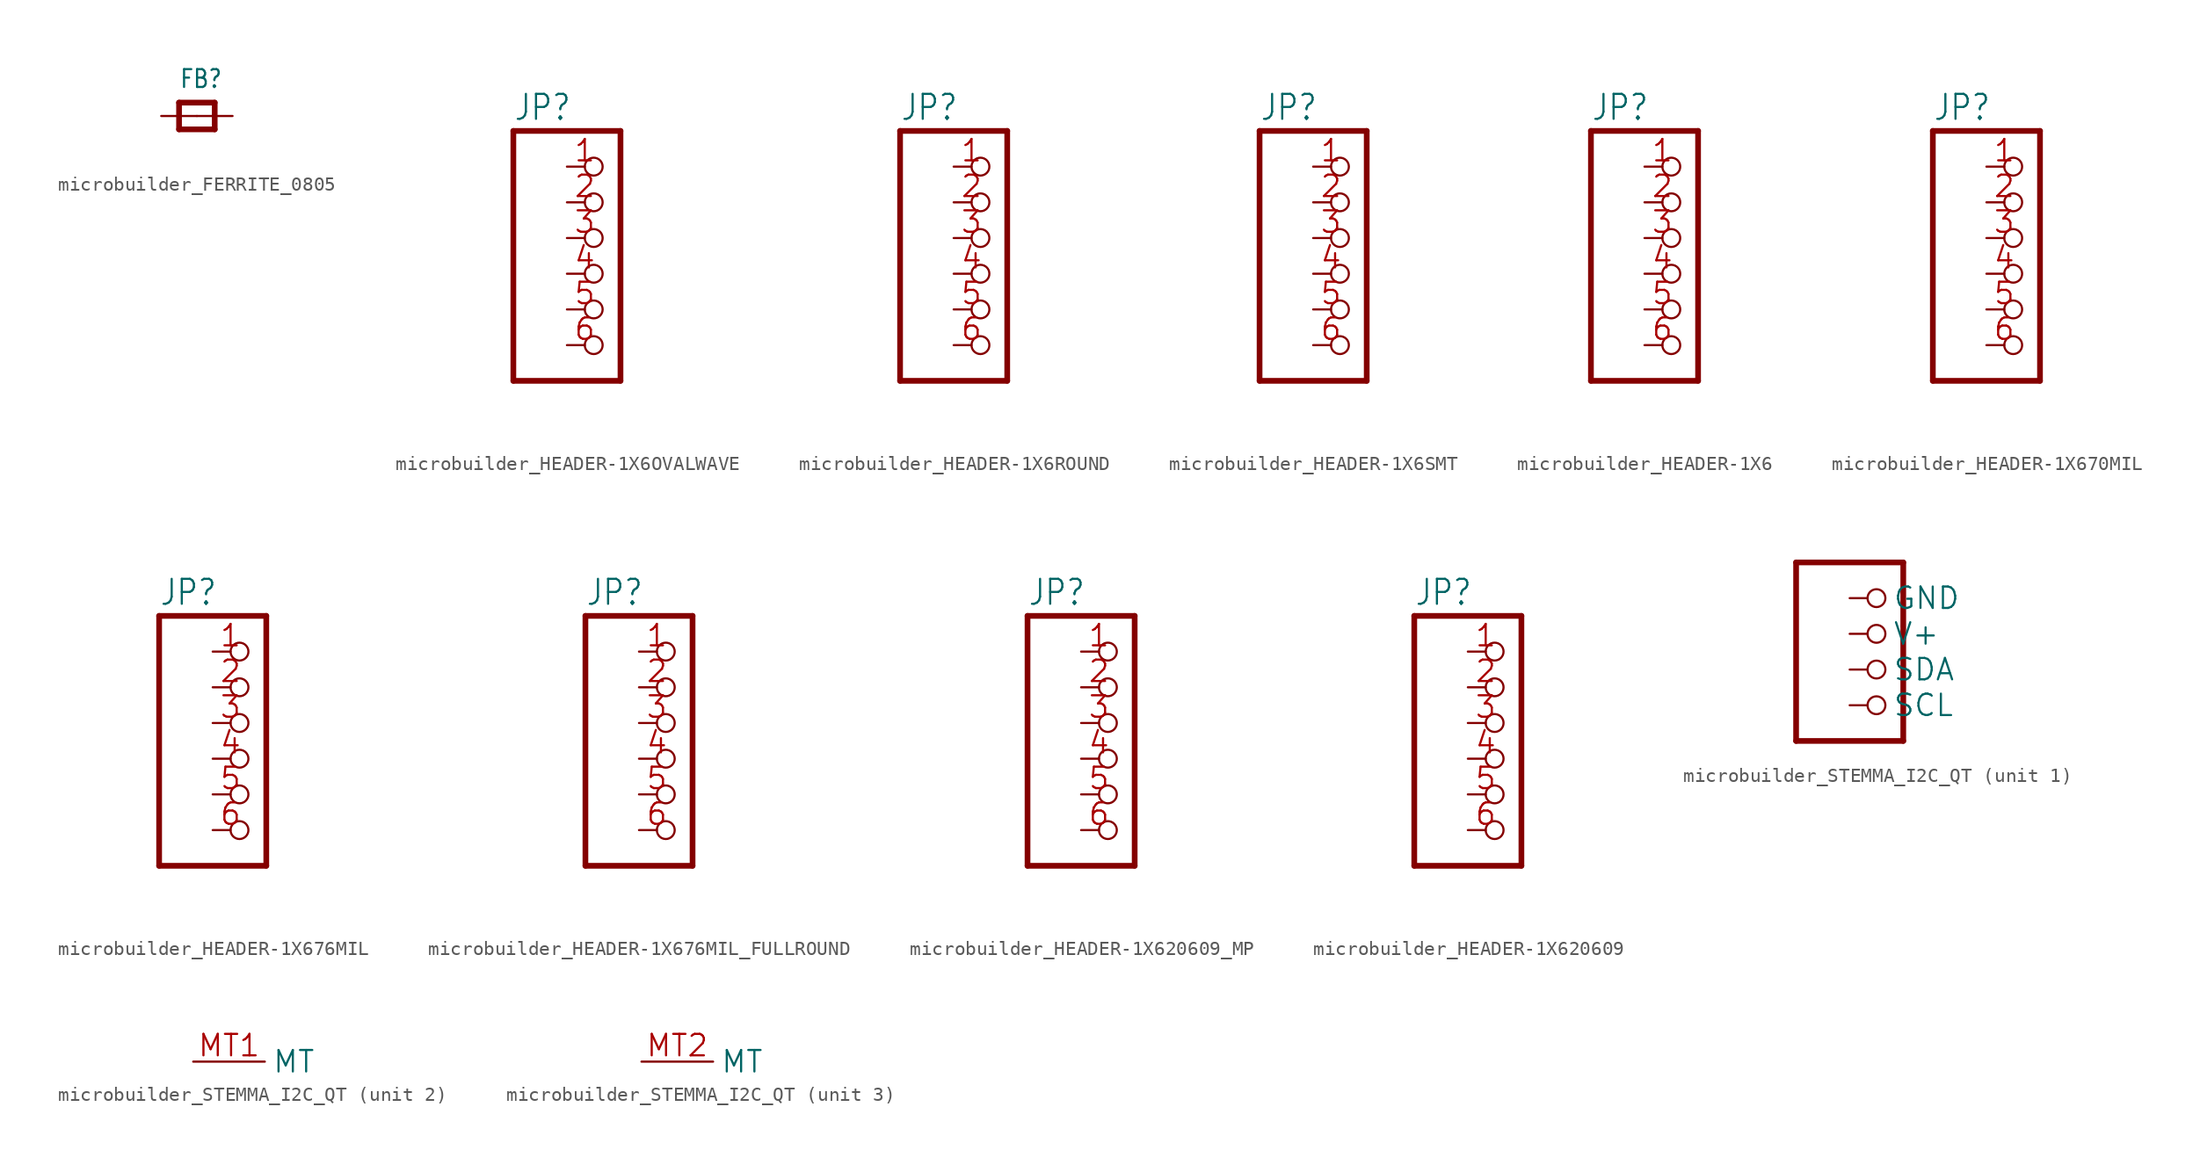
<source format=kicad_sym>
(kicad_symbol_lib
  (version 20241209)
  (generator "kicad_symbol_editor")
  (generator_version "9.0")
  (symbol "microbuilder_FERRITE_0805"
    (property "Reference" "FB"
      (at -1.27 1.905 0)
      (effects (font (size 1.27 1.079)) (justify left bottom)))
    (property "Value" ""
      (at -1.27 -3.175 0)
      (effects (font (size 1.27 1.079)) (justify left bottom)))
    (property "ki_locked" ""
      (at 0 0 0)
      (effects (font (size 1.27 1.27))))
    (symbol "microbuilder_FERRITE_0805_1_0"
      (polyline (pts (xy -1.27 0.953) (xy 1.27 0.953)) (stroke (width 0.406) (type solid)) (fill (type none)))
      (polyline (pts (xy -1.27 -0.953) (xy -1.27 0.953)) (stroke (width 0.406) (type solid)) (fill (type none)))
      (polyline (pts (xy 1.27 0.953) (xy 1.27 -0.953)) (stroke (width 0.406) (type solid)) (fill (type none)))
      (polyline (pts (xy 1.27 -0.953) (xy -1.27 -0.953)) (stroke (width 0.406) (type solid)) (fill (type none)))
      (pin passive line (at -2.54 0 0) (length 2.54) (name "P$1" (effects (font (size 0 0)))) (number "1" (effects (font (size 0 0)))))
      (pin passive line (at 2.54 0 180) (length 2.54) (name "P$2" (effects (font (size 0 0)))) (number "2" (effects (font (size 0 0)))))))
  (symbol "microbuilder_HEADER-1X6OVALWAVE"
    (property "Reference" "JP"
      (at -6.35 10.795 0)
      (effects (font (size 1.778 1.511)) (justify left bottom)))
    (property "Value" ""
      (at -6.35 -10.16 0)
      (effects (font (size 1.778 1.511)) (justify left bottom)))
    (property "ki_locked" ""
      (at 0 0 0)
      (effects (font (size 1.27 1.27))))
    (symbol "microbuilder_HEADER-1X6OVALWAVE_1_0"
      (polyline (pts (xy -6.35 10.16) (xy -6.35 -7.62)) (stroke (width 0.406) (type solid)) (fill (type none)))
      (polyline (pts (xy -6.35 -7.62) (xy 1.27 -7.62)) (stroke (width 0.406) (type solid)) (fill (type none)))
      (polyline (pts (xy 1.27 10.16) (xy -6.35 10.16)) (stroke (width 0.406) (type solid)) (fill (type none)))
      (polyline (pts (xy 1.27 -7.62) (xy 1.27 10.16)) (stroke (width 0.406) (type solid)) (fill (type none)))
      (pin passive inverted (at -2.54 7.62 0) (length 2.54) (name "1" (effects (font (size 0 0)))) (number "1" (effects (font (size 1.524 1.524)))))
      (pin passive inverted (at -2.54 5.08 0) (length 2.54) (name "2" (effects (font (size 0 0)))) (number "2" (effects (font (size 1.524 1.524)))))
      (pin passive inverted (at -2.54 2.54 0) (length 2.54) (name "3" (effects (font (size 0 0)))) (number "3" (effects (font (size 1.524 1.524)))))
      (pin passive inverted (at -2.54 0 0) (length 2.54) (name "4" (effects (font (size 0 0)))) (number "4" (effects (font (size 1.524 1.524)))))
      (pin passive inverted (at -2.54 -2.54 0) (length 2.54) (name "5" (effects (font (size 0 0)))) (number "5" (effects (font (size 1.524 1.524)))))
      (pin passive inverted (at -2.54 -5.08 0) (length 2.54) (name "6" (effects (font (size 0 0)))) (number "6" (effects (font (size 1.524 1.524)))))))
  (symbol "microbuilder_HEADER-1X6ROUND"
    (property "Reference" "JP"
      (at -6.35 10.795 0)
      (effects (font (size 1.778 1.511)) (justify left bottom)))
    (property "Value" ""
      (at -6.35 -10.16 0)
      (effects (font (size 1.778 1.511)) (justify left bottom)))
    (property "ki_locked" ""
      (at 0 0 0)
      (effects (font (size 1.27 1.27))))
    (symbol "microbuilder_HEADER-1X6ROUND_1_0"
      (polyline (pts (xy -6.35 10.16) (xy -6.35 -7.62)) (stroke (width 0.406) (type solid)) (fill (type none)))
      (polyline (pts (xy -6.35 -7.62) (xy 1.27 -7.62)) (stroke (width 0.406) (type solid)) (fill (type none)))
      (polyline (pts (xy 1.27 10.16) (xy -6.35 10.16)) (stroke (width 0.406) (type solid)) (fill (type none)))
      (polyline (pts (xy 1.27 -7.62) (xy 1.27 10.16)) (stroke (width 0.406) (type solid)) (fill (type none)))
      (pin passive inverted (at -2.54 7.62 0) (length 2.54) (name "1" (effects (font (size 0 0)))) (number "1" (effects (font (size 1.524 1.524)))))
      (pin passive inverted (at -2.54 5.08 0) (length 2.54) (name "2" (effects (font (size 0 0)))) (number "2" (effects (font (size 1.524 1.524)))))
      (pin passive inverted (at -2.54 2.54 0) (length 2.54) (name "3" (effects (font (size 0 0)))) (number "3" (effects (font (size 1.524 1.524)))))
      (pin passive inverted (at -2.54 0 0) (length 2.54) (name "4" (effects (font (size 0 0)))) (number "4" (effects (font (size 1.524 1.524)))))
      (pin passive inverted (at -2.54 -2.54 0) (length 2.54) (name "5" (effects (font (size 0 0)))) (number "5" (effects (font (size 1.524 1.524)))))
      (pin passive inverted (at -2.54 -5.08 0) (length 2.54) (name "6" (effects (font (size 0 0)))) (number "6" (effects (font (size 1.524 1.524)))))))
  (symbol "microbuilder_HEADER-1X6SMT"
    (property "Reference" "JP"
      (at -6.35 10.795 0)
      (effects (font (size 1.778 1.511)) (justify left bottom)))
    (property "Value" ""
      (at -6.35 -10.16 0)
      (effects (font (size 1.778 1.511)) (justify left bottom)))
    (property "ki_locked" ""
      (at 0 0 0)
      (effects (font (size 1.27 1.27))))
    (symbol "microbuilder_HEADER-1X6SMT_1_0"
      (polyline (pts (xy -6.35 10.16) (xy -6.35 -7.62)) (stroke (width 0.406) (type solid)) (fill (type none)))
      (polyline (pts (xy -6.35 -7.62) (xy 1.27 -7.62)) (stroke (width 0.406) (type solid)) (fill (type none)))
      (polyline (pts (xy 1.27 10.16) (xy -6.35 10.16)) (stroke (width 0.406) (type solid)) (fill (type none)))
      (polyline (pts (xy 1.27 -7.62) (xy 1.27 10.16)) (stroke (width 0.406) (type solid)) (fill (type none)))
      (pin passive inverted (at -2.54 7.62 0) (length 2.54) (name "1" (effects (font (size 0 0)))) (number "1" (effects (font (size 1.524 1.524)))))
      (pin passive inverted (at -2.54 5.08 0) (length 2.54) (name "2" (effects (font (size 0 0)))) (number "2" (effects (font (size 1.524 1.524)))))
      (pin passive inverted (at -2.54 2.54 0) (length 2.54) (name "3" (effects (font (size 0 0)))) (number "3" (effects (font (size 1.524 1.524)))))
      (pin passive inverted (at -2.54 0 0) (length 2.54) (name "4" (effects (font (size 0 0)))) (number "4" (effects (font (size 1.524 1.524)))))
      (pin passive inverted (at -2.54 -2.54 0) (length 2.54) (name "5" (effects (font (size 0 0)))) (number "5" (effects (font (size 1.524 1.524)))))
      (pin passive inverted (at -2.54 -5.08 0) (length 2.54) (name "6" (effects (font (size 0 0)))) (number "6" (effects (font (size 1.524 1.524)))))))
  (symbol "microbuilder_HEADER-1X6"
    (property "Reference" "JP"
      (at -6.35 10.795 0)
      (effects (font (size 1.778 1.511)) (justify left bottom)))
    (property "Value" ""
      (at -6.35 -10.16 0)
      (effects (font (size 1.778 1.511)) (justify left bottom)))
    (property "ki_locked" ""
      (at 0 0 0)
      (effects (font (size 1.27 1.27))))
    (symbol "microbuilder_HEADER-1X6_1_0"
      (polyline (pts (xy -6.35 10.16) (xy -6.35 -7.62)) (stroke (width 0.406) (type solid)) (fill (type none)))
      (polyline (pts (xy -6.35 -7.62) (xy 1.27 -7.62)) (stroke (width 0.406) (type solid)) (fill (type none)))
      (polyline (pts (xy 1.27 10.16) (xy -6.35 10.16)) (stroke (width 0.406) (type solid)) (fill (type none)))
      (polyline (pts (xy 1.27 -7.62) (xy 1.27 10.16)) (stroke (width 0.406) (type solid)) (fill (type none)))
      (pin passive inverted (at -2.54 7.62 0) (length 2.54) (name "1" (effects (font (size 0 0)))) (number "1" (effects (font (size 1.524 1.524)))))
      (pin passive inverted (at -2.54 5.08 0) (length 2.54) (name "2" (effects (font (size 0 0)))) (number "2" (effects (font (size 1.524 1.524)))))
      (pin passive inverted (at -2.54 2.54 0) (length 2.54) (name "3" (effects (font (size 0 0)))) (number "3" (effects (font (size 1.524 1.524)))))
      (pin passive inverted (at -2.54 0 0) (length 2.54) (name "4" (effects (font (size 0 0)))) (number "4" (effects (font (size 1.524 1.524)))))
      (pin passive inverted (at -2.54 -2.54 0) (length 2.54) (name "5" (effects (font (size 0 0)))) (number "5" (effects (font (size 1.524 1.524)))))
      (pin passive inverted (at -2.54 -5.08 0) (length 2.54) (name "6" (effects (font (size 0 0)))) (number "6" (effects (font (size 1.524 1.524)))))))
  (symbol "microbuilder_HEADER-1X670MIL"
    (property "Reference" "JP"
      (at -6.35 10.795 0)
      (effects (font (size 1.778 1.511)) (justify left bottom)))
    (property "Value" ""
      (at -6.35 -10.16 0)
      (effects (font (size 1.778 1.511)) (justify left bottom)))
    (property "ki_locked" ""
      (at 0 0 0)
      (effects (font (size 1.27 1.27))))
    (symbol "microbuilder_HEADER-1X670MIL_1_0"
      (polyline (pts (xy -6.35 10.16) (xy -6.35 -7.62)) (stroke (width 0.406) (type solid)) (fill (type none)))
      (polyline (pts (xy -6.35 -7.62) (xy 1.27 -7.62)) (stroke (width 0.406) (type solid)) (fill (type none)))
      (polyline (pts (xy 1.27 10.16) (xy -6.35 10.16)) (stroke (width 0.406) (type solid)) (fill (type none)))
      (polyline (pts (xy 1.27 -7.62) (xy 1.27 10.16)) (stroke (width 0.406) (type solid)) (fill (type none)))
      (pin passive inverted (at -2.54 7.62 0) (length 2.54) (name "1" (effects (font (size 0 0)))) (number "1" (effects (font (size 1.524 1.524)))))
      (pin passive inverted (at -2.54 5.08 0) (length 2.54) (name "2" (effects (font (size 0 0)))) (number "2" (effects (font (size 1.524 1.524)))))
      (pin passive inverted (at -2.54 2.54 0) (length 2.54) (name "3" (effects (font (size 0 0)))) (number "3" (effects (font (size 1.524 1.524)))))
      (pin passive inverted (at -2.54 0 0) (length 2.54) (name "4" (effects (font (size 0 0)))) (number "4" (effects (font (size 1.524 1.524)))))
      (pin passive inverted (at -2.54 -2.54 0) (length 2.54) (name "5" (effects (font (size 0 0)))) (number "5" (effects (font (size 1.524 1.524)))))
      (pin passive inverted (at -2.54 -5.08 0) (length 2.54) (name "6" (effects (font (size 0 0)))) (number "6" (effects (font (size 1.524 1.524)))))))
  (symbol "microbuilder_HEADER-1X676MIL"
    (property "Reference" "JP"
      (at -6.35 10.795 0)
      (effects (font (size 1.778 1.511)) (justify left bottom)))
    (property "Value" ""
      (at -6.35 -10.16 0)
      (effects (font (size 1.778 1.511)) (justify left bottom)))
    (property "ki_locked" ""
      (at 0 0 0)
      (effects (font (size 1.27 1.27))))
    (symbol "microbuilder_HEADER-1X676MIL_1_0"
      (polyline (pts (xy -6.35 10.16) (xy -6.35 -7.62)) (stroke (width 0.406) (type solid)) (fill (type none)))
      (polyline (pts (xy -6.35 -7.62) (xy 1.27 -7.62)) (stroke (width 0.406) (type solid)) (fill (type none)))
      (polyline (pts (xy 1.27 10.16) (xy -6.35 10.16)) (stroke (width 0.406) (type solid)) (fill (type none)))
      (polyline (pts (xy 1.27 -7.62) (xy 1.27 10.16)) (stroke (width 0.406) (type solid)) (fill (type none)))
      (pin passive inverted (at -2.54 7.62 0) (length 2.54) (name "1" (effects (font (size 0 0)))) (number "1" (effects (font (size 1.524 1.524)))))
      (pin passive inverted (at -2.54 5.08 0) (length 2.54) (name "2" (effects (font (size 0 0)))) (number "2" (effects (font (size 1.524 1.524)))))
      (pin passive inverted (at -2.54 2.54 0) (length 2.54) (name "3" (effects (font (size 0 0)))) (number "3" (effects (font (size 1.524 1.524)))))
      (pin passive inverted (at -2.54 0 0) (length 2.54) (name "4" (effects (font (size 0 0)))) (number "4" (effects (font (size 1.524 1.524)))))
      (pin passive inverted (at -2.54 -2.54 0) (length 2.54) (name "5" (effects (font (size 0 0)))) (number "5" (effects (font (size 1.524 1.524)))))
      (pin passive inverted (at -2.54 -5.08 0) (length 2.54) (name "6" (effects (font (size 0 0)))) (number "6" (effects (font (size 1.524 1.524)))))))
  (symbol "microbuilder_HEADER-1X676MIL_FULLROUND"
    (property "Reference" "JP"
      (at -6.35 10.795 0)
      (effects (font (size 1.778 1.511)) (justify left bottom)))
    (property "Value" ""
      (at -6.35 -10.16 0)
      (effects (font (size 1.778 1.511)) (justify left bottom)))
    (property "ki_locked" ""
      (at 0 0 0)
      (effects (font (size 1.27 1.27))))
    (symbol "microbuilder_HEADER-1X676MIL_FULLROUND_1_0"
      (polyline (pts (xy -6.35 10.16) (xy -6.35 -7.62)) (stroke (width 0.406) (type solid)) (fill (type none)))
      (polyline (pts (xy -6.35 -7.62) (xy 1.27 -7.62)) (stroke (width 0.406) (type solid)) (fill (type none)))
      (polyline (pts (xy 1.27 10.16) (xy -6.35 10.16)) (stroke (width 0.406) (type solid)) (fill (type none)))
      (polyline (pts (xy 1.27 -7.62) (xy 1.27 10.16)) (stroke (width 0.406) (type solid)) (fill (type none)))
      (pin passive inverted (at -2.54 7.62 0) (length 2.54) (name "1" (effects (font (size 0 0)))) (number "1" (effects (font (size 1.524 1.524)))))
      (pin passive inverted (at -2.54 5.08 0) (length 2.54) (name "2" (effects (font (size 0 0)))) (number "2" (effects (font (size 1.524 1.524)))))
      (pin passive inverted (at -2.54 2.54 0) (length 2.54) (name "3" (effects (font (size 0 0)))) (number "3" (effects (font (size 1.524 1.524)))))
      (pin passive inverted (at -2.54 0 0) (length 2.54) (name "4" (effects (font (size 0 0)))) (number "4" (effects (font (size 1.524 1.524)))))
      (pin passive inverted (at -2.54 -2.54 0) (length 2.54) (name "5" (effects (font (size 0 0)))) (number "5" (effects (font (size 1.524 1.524)))))
      (pin passive inverted (at -2.54 -5.08 0) (length 2.54) (name "6" (effects (font (size 0 0)))) (number "6" (effects (font (size 1.524 1.524)))))))
  (symbol "microbuilder_HEADER-1X620609_MP"
    (property "Reference" "JP"
      (at -6.35 10.795 0)
      (effects (font (size 1.778 1.511)) (justify left bottom)))
    (property "Value" ""
      (at -6.35 -10.16 0)
      (effects (font (size 1.778 1.511)) (justify left bottom)))
    (property "ki_locked" ""
      (at 0 0 0)
      (effects (font (size 1.27 1.27))))
    (symbol "microbuilder_HEADER-1X620609_MP_1_0"
      (polyline (pts (xy -6.35 10.16) (xy -6.35 -7.62)) (stroke (width 0.406) (type solid)) (fill (type none)))
      (polyline (pts (xy -6.35 -7.62) (xy 1.27 -7.62)) (stroke (width 0.406) (type solid)) (fill (type none)))
      (polyline (pts (xy 1.27 10.16) (xy -6.35 10.16)) (stroke (width 0.406) (type solid)) (fill (type none)))
      (polyline (pts (xy 1.27 -7.62) (xy 1.27 10.16)) (stroke (width 0.406) (type solid)) (fill (type none)))
      (pin passive inverted (at -2.54 7.62 0) (length 2.54) (name "1" (effects (font (size 0 0)))) (number "1" (effects (font (size 1.524 1.524)))))
      (pin passive inverted (at -2.54 5.08 0) (length 2.54) (name "2" (effects (font (size 0 0)))) (number "2" (effects (font (size 1.524 1.524)))))
      (pin passive inverted (at -2.54 2.54 0) (length 2.54) (name "3" (effects (font (size 0 0)))) (number "3" (effects (font (size 1.524 1.524)))))
      (pin passive inverted (at -2.54 0 0) (length 2.54) (name "4" (effects (font (size 0 0)))) (number "4" (effects (font (size 1.524 1.524)))))
      (pin passive inverted (at -2.54 -2.54 0) (length 2.54) (name "5" (effects (font (size 0 0)))) (number "5" (effects (font (size 1.524 1.524)))))
      (pin passive inverted (at -2.54 -5.08 0) (length 2.54) (name "6" (effects (font (size 0 0)))) (number "6" (effects (font (size 1.524 1.524)))))))
  (symbol "microbuilder_HEADER-1X620609"
    (property "Reference" "JP"
      (at -6.35 10.795 0)
      (effects (font (size 1.778 1.511)) (justify left bottom)))
    (property "Value" ""
      (at -6.35 -10.16 0)
      (effects (font (size 1.778 1.511)) (justify left bottom)))
    (property "ki_locked" ""
      (at 0 0 0)
      (effects (font (size 1.27 1.27))))
    (symbol "microbuilder_HEADER-1X620609_1_0"
      (polyline (pts (xy -6.35 10.16) (xy -6.35 -7.62)) (stroke (width 0.406) (type solid)) (fill (type none)))
      (polyline (pts (xy -6.35 -7.62) (xy 1.27 -7.62)) (stroke (width 0.406) (type solid)) (fill (type none)))
      (polyline (pts (xy 1.27 10.16) (xy -6.35 10.16)) (stroke (width 0.406) (type solid)) (fill (type none)))
      (polyline (pts (xy 1.27 -7.62) (xy 1.27 10.16)) (stroke (width 0.406) (type solid)) (fill (type none)))
      (pin passive inverted (at -2.54 7.62 0) (length 2.54) (name "1" (effects (font (size 0 0)))) (number "1" (effects (font (size 1.524 1.524)))))
      (pin passive inverted (at -2.54 5.08 0) (length 2.54) (name "2" (effects (font (size 0 0)))) (number "2" (effects (font (size 1.524 1.524)))))
      (pin passive inverted (at -2.54 2.54 0) (length 2.54) (name "3" (effects (font (size 0 0)))) (number "3" (effects (font (size 1.524 1.524)))))
      (pin passive inverted (at -2.54 0 0) (length 2.54) (name "4" (effects (font (size 0 0)))) (number "4" (effects (font (size 1.524 1.524)))))
      (pin passive inverted (at -2.54 -2.54 0) (length 2.54) (name "5" (effects (font (size 0 0)))) (number "5" (effects (font (size 1.524 1.524)))))
      (pin passive inverted (at -2.54 -5.08 0) (length 2.54) (name "6" (effects (font (size 0 0)))) (number "6" (effects (font (size 1.524 1.524)))))))
  (symbol "microbuilder_STEMMA_I2C_QT"
    (property "Reference" "CONN"
      (at -3.81 8.255 0)
      (effects (font (size 1.778 1.511)) (justify left bottom) (hide yes)))
    (property "ki_locked" ""
      (at 0 0 0)
      (effects (font (size 1.27 1.27))))
    (symbol "microbuilder_STEMMA_I2C_QT_1_0"
      (polyline (pts (xy -3.81 7.62) (xy -3.81 -5.08)) (stroke (width 0.406) (type solid)) (fill (type none)))
      (polyline (pts (xy -3.81 -5.08) (xy 3.81 -5.08)) (stroke (width 0.406) (type solid)) (fill (type none)))
      (polyline (pts (xy 3.81 7.62) (xy -3.81 7.62)) (stroke (width 0.406) (type solid)) (fill (type none)))
      (polyline (pts (xy 3.81 -5.08) (xy 3.81 7.62)) (stroke (width 0.406) (type solid)) (fill (type none)))
      (pin passive inverted (at 0 5.08 0) (length 2.54) (name "GND" (effects (font (size 1.524 1.524)))) (number "1" (effects (font (size 0 0)))))
      (pin passive inverted (at 0 2.54 0) (length 2.54) (name "V+" (effects (font (size 1.524 1.524)))) (number "2" (effects (font (size 0 0)))))
      (pin passive inverted (at 0 0 0) (length 2.54) (name "SDA" (effects (font (size 1.524 1.524)))) (number "3" (effects (font (size 0 0)))))
      (pin passive inverted (at 0 -2.54 0) (length 2.54) (name "SCL" (effects (font (size 1.524 1.524)))) (number "4" (effects (font (size 0 0))))))
    (symbol "microbuilder_STEMMA_I2C_QT_2_0"
      (pin bidirectional line (at 0 0 0) (length 5.08) (name "MT" (effects (font (size 1.524 1.524)))) (number "MT1" (effects (font (size 1.524 1.524))))))
    (symbol "microbuilder_STEMMA_I2C_QT_3_0"
      (pin bidirectional line (at 0 0 0) (length 5.08) (name "MT" (effects (font (size 1.524 1.524)))) (number "MT2" (effects (font (size 1.524 1.524))))))))
</source>
